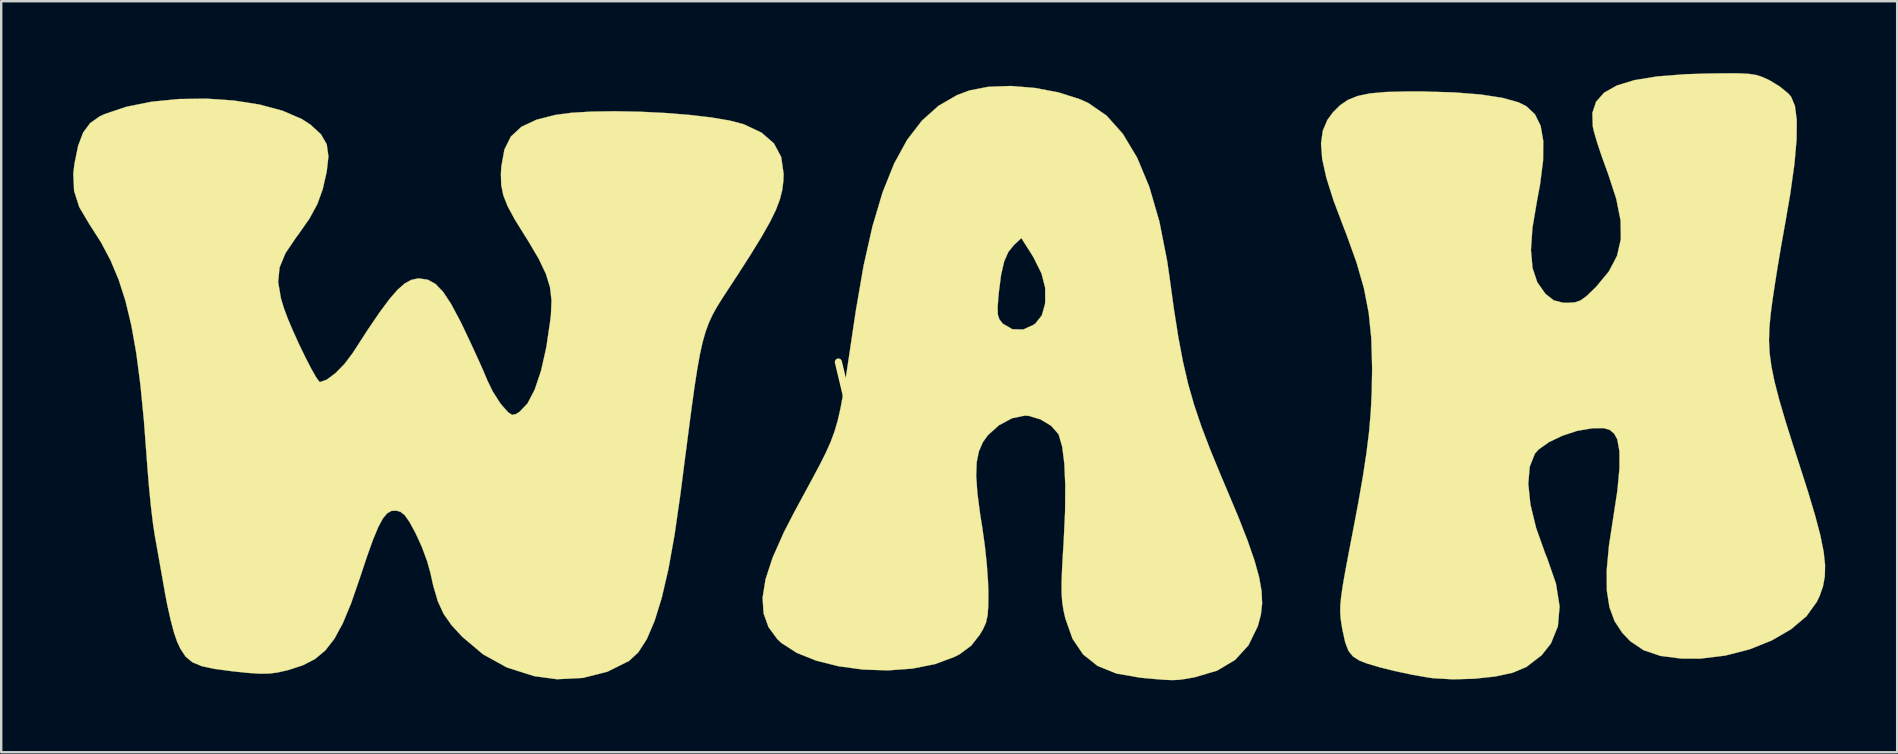
<source format=kicad_pcb>
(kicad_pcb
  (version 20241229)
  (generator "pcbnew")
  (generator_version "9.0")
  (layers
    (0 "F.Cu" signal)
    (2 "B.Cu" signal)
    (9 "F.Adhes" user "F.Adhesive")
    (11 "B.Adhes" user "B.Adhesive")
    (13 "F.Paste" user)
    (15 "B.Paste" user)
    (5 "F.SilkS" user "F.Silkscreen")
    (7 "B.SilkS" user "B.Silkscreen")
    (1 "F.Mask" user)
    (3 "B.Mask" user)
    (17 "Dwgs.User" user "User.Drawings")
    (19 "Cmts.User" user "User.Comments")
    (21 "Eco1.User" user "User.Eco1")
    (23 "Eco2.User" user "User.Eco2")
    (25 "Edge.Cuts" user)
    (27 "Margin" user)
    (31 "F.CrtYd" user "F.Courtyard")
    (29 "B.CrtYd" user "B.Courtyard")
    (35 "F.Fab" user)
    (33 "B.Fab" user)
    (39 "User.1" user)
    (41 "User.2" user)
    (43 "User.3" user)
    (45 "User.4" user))
  (footprint "WahLogo"
    (layer "F.Cu")
    (at 36.605 12.872)
    (property "Reference" "WahLogo" (at 0 0 0) (layer "F.SilkS") (effects (font (size 1.524 1.524) (thickness 0.3))))
    (attr through_hole)
    (fp_poly (pts (xy 3.476 -12.257) (xy 4.458 -12.071) (xy 5.345 -11.788) (xy 5.7 -11.628) (xy 6.461 -11.103) (xy 7.139 -10.342) (xy 7.734 -9.35) (xy 8.241 -8.135) (xy 8.658 -6.701) (xy 8.983 -5.054) (xy 9.081 -4.381) (xy 9.268 -3.024) (xy 9.451 -1.866) (xy 9.642 -0.853) (xy 9.856 0.071) (xy 10.11 0.958) (xy 10.415 1.863) (xy 10.789 2.84) (xy 11.244 3.945) (xy 11.445 4.417) (xy 11.945 5.608) (xy 12.335 6.603) (xy 12.623 7.433) (xy 12.816 8.127) (xy 12.919 8.715) (xy 12.942 9.229) (xy 12.889 9.697) (xy 12.769 10.15) (xy 12.76 10.176) (xy 12.374 10.967) (xy 11.813 11.581) (xy 11.069 12.024) (xy 10.134 12.301) (xy 10.101 12.307) (xy 9.751 12.37) (xy 9.476 12.408) (xy 9.208 12.42) (xy 8.881 12.408) (xy 8.429 12.372) (xy 7.847 12.317) (xy 6.866 12.145) (xy 6.083 11.828) (xy 5.481 11.35) (xy 5.04 10.697) (xy 4.742 9.854) (xy 4.741 9.85) (xy 4.663 9.505) (xy 4.612 9.176) (xy 4.586 8.814) (xy 4.584 8.368) (xy 4.605 7.788) (xy 4.648 7.023) (xy 4.67 6.676) (xy 4.73 5.402) (xy 4.739 4.299) (xy 4.698 3.386) (xy 4.608 2.683) (xy 4.469 2.208) (xy 4.444 2.156) (xy 4.149 1.823) (xy 3.705 1.555) (xy 3.217 1.409) (xy 3.059 1.397) (xy 2.523 1.506) (xy 1.979 1.796) (xy 1.514 2.213) (xy 1.3 2.513) (xy 1.138 2.889) (xy 1.047 3.339) (xy 1.025 3.902) (xy 1.074 4.614) (xy 1.192 5.515) (xy 1.275 6.032) (xy 1.381 6.779) (xy 1.467 7.581) (xy 1.52 8.325) (xy 1.534 8.749) (xy 1.53 9.328) (xy 1.501 9.729) (xy 1.433 10.028) (xy 1.31 10.3) (xy 1.177 10.526) (xy 0.817 10.986) (xy 0.344 11.335) (xy 0.122 11.452) (xy -0.695 11.755) (xy -1.636 11.941) (xy -2.65 12.015) (xy -3.689 11.981) (xy -4.703 11.844) (xy -5.641 11.61) (xy -6.455 11.284) (xy -7.095 10.87) (xy -7.263 10.711) (xy -7.629 10.212) (xy -7.834 9.643) (xy -7.876 8.984) (xy -7.752 8.216) (xy -7.459 7.318) (xy -6.994 6.271) (xy -6.58 5.466) (xy -6.135 4.642) (xy -5.769 3.967) (xy -5.471 3.405) (xy -5.23 2.922) (xy -5.036 2.485) (xy -4.878 2.058) (xy -4.746 1.608) (xy -4.63 1.1) (xy -4.518 0.5) (xy -4.401 -0.226) (xy -4.267 -1.112) (xy -4.107 -2.193) (xy -3.99 -2.974) (xy -3.965 -3.119) (xy 1.919 -3.119) (xy 1.927 -2.813) (xy 1.993 -2.613) (xy 2.127 -2.445) (xy 2.142 -2.43) (xy 2.532 -2.203) (xy 2.985 -2.191) (xy 3.428 -2.393) (xy 3.498 -2.449) (xy 3.76 -2.779) (xy 3.891 -3.242) (xy 3.901 -3.323) (xy 3.901 -3.929) (xy 3.747 -4.528) (xy 3.416 -5.192) (xy 3.292 -5.394) (xy 2.907 -6) (xy 2.595 -5.707) (xy 2.363 -5.418) (xy 2.19 -5.021) (xy 2.063 -4.469) (xy 1.966 -3.716) (xy 1.956 -3.604) (xy 1.919 -3.119) (xy -3.965 -3.119) (xy -3.666 -4.854) (xy -3.296 -6.494) (xy -2.875 -7.907) (xy -2.395 -9.104) (xy -1.851 -10.096) (xy -1.237 -10.894) (xy -0.547 -11.511) (xy 0.224 -11.958) (xy 0.747 -12.154) (xy 1.542 -12.307) (xy 2.479 -12.339) (xy 3.476 -12.257)) (stroke (width 0.01) (type solid)) (fill yes) (layer "F.SilkS"))
    (fp_poly (pts (xy 32.818 -12.865) (xy 33.213 -12.845) (xy 33.506 -12.802) (xy 33.747 -12.73) (xy 33.988 -12.624) (xy 34.093 -12.572) (xy 34.504 -12.323) (xy 34.854 -12.039) (xy 34.982 -11.897) (xy 35.144 -11.514) (xy 35.222 -10.924) (xy 35.215 -10.118) (xy 35.125 -9.092) (xy 34.95 -7.838) (xy 34.737 -6.604) (xy 34.581 -5.732) (xy 34.431 -4.842) (xy 34.298 -4.004) (xy 34.192 -3.287) (xy 34.132 -2.817) (xy 34.08 -2.259) (xy 34.064 -1.736) (xy 34.09 -1.21) (xy 34.166 -0.646) (xy 34.297 -0.008) (xy 34.491 0.742) (xy 34.755 1.639) (xy 35.095 2.719) (xy 35.305 3.365) (xy 35.69 4.569) (xy 35.988 5.566) (xy 36.204 6.386) (xy 36.34 7.061) (xy 36.401 7.621) (xy 36.391 8.096) (xy 36.314 8.517) (xy 36.174 8.914) (xy 36.06 9.156) (xy 35.624 9.76) (xy 34.98 10.304) (xy 34.172 10.771) (xy 33.242 11.142) (xy 32.233 11.4) (xy 31.189 11.526) (xy 30.41 11.523) (xy 29.539 11.411) (xy 28.849 11.179) (xy 28.288 10.803) (xy 27.949 10.449) (xy 27.629 9.962) (xy 27.416 9.385) (xy 27.307 8.691) (xy 27.301 7.848) (xy 27.394 6.826) (xy 27.564 5.715) (xy 27.744 4.541) (xy 27.833 3.599) (xy 27.832 2.882) (xy 27.742 2.384) (xy 27.61 2.145) (xy 27.423 1.989) (xy 27.18 1.921) (xy 26.794 1.922) (xy 26.67 1.931) (xy 26.072 2.033) (xy 25.455 2.235) (xy 24.896 2.503) (xy 24.469 2.804) (xy 24.306 2.988) (xy 24.093 3.527) (xy 24.033 4.239) (xy 24.122 5.097) (xy 24.358 6.072) (xy 24.737 7.138) (xy 24.815 7.326) (xy 25.187 8.397) (xy 25.338 9.345) (xy 25.268 10.176) (xy 24.977 10.894) (xy 24.59 11.384) (xy 23.954 11.873) (xy 23.371 12.116) (xy 22.654 12.269) (xy 21.796 12.362) (xy 20.902 12.388) (xy 20.079 12.342) (xy 19.875 12.315) (xy 19.173 12.192) (xy 18.463 12.041) (xy 17.812 11.878) (xy 17.288 11.72) (xy 16.99 11.602) (xy 16.726 11.433) (xy 16.541 11.203) (xy 16.405 10.853) (xy 16.289 10.324) (xy 16.259 10.151) (xy 16.217 9.873) (xy 16.196 9.606) (xy 16.2 9.312) (xy 16.234 8.95) (xy 16.302 8.483) (xy 16.409 7.871) (xy 16.559 7.075) (xy 16.687 6.413) (xy 16.94 5.079) (xy 17.139 3.943) (xy 17.289 2.958) (xy 17.398 2.077) (xy 17.469 1.25) (xy 17.509 0.43) (xy 17.524 -0.431) (xy 17.524 -0.662) (xy 17.491 -1.83) (xy 17.382 -2.889) (xy 17.183 -3.914) (xy 16.877 -4.981) (xy 16.45 -6.168) (xy 16.343 -6.439) (xy 15.916 -7.571) (xy 15.618 -8.513) (xy 15.445 -9.291) (xy 15.396 -9.934) (xy 15.468 -10.468) (xy 15.658 -10.92) (xy 15.89 -11.237) (xy 16.191 -11.537) (xy 16.524 -11.763) (xy 16.927 -11.924) (xy 17.441 -12.03) (xy 18.105 -12.089) (xy 18.956 -12.111) (xy 19.622 -12.11) (xy 20.942 -12.072) (xy 22.057 -11.983) (xy 22.953 -11.845) (xy 23.62 -11.66) (xy 23.954 -11.496) (xy 24.313 -11.156) (xy 24.548 -10.679) (xy 24.659 -10.045) (xy 24.651 -9.234) (xy 24.523 -8.228) (xy 24.394 -7.537) (xy 24.206 -6.42) (xy 24.144 -5.502) (xy 24.21 -4.757) (xy 24.407 -4.162) (xy 24.737 -3.692) (xy 24.767 -3.661) (xy 25.096 -3.406) (xy 25.472 -3.309) (xy 25.669 -3.302) (xy 25.968 -3.32) (xy 26.21 -3.402) (xy 26.466 -3.587) (xy 26.805 -3.915) (xy 26.879 -3.991) (xy 27.393 -4.614) (xy 27.73 -5.256) (xy 27.89 -5.952) (xy 27.879 -6.736) (xy 27.698 -7.642) (xy 27.35 -8.706) (xy 27.306 -8.824) (xy 27.089 -9.42) (xy 26.903 -9.983) (xy 26.769 -10.44) (xy 26.72 -10.662) (xy 26.704 -11.216) (xy 26.858 -11.68) (xy 27.193 -12.059) (xy 27.721 -12.358) (xy 28.453 -12.582) (xy 29.402 -12.737) (xy 30.58 -12.829) (xy 31.52 -12.858) (xy 32.27 -12.867) (xy 32.818 -12.865)) (stroke (width 0.01) (type solid)) (fill yes) (layer "F.SilkS"))
    (fp_poly (pts (xy -29.908 -11.733) (xy -28.833 -11.564) (xy -27.874 -11.306) (xy -27.079 -10.962) (xy -26.72 -10.73) (xy -26.282 -10.329) (xy -26.039 -9.91) (xy -25.968 -9.404) (xy -26.038 -8.779) (xy -26.204 -8.044) (xy -26.429 -7.42) (xy -26.756 -6.817) (xy -27.225 -6.147) (xy -27.308 -6.038) (xy -27.757 -5.375) (xy -28.004 -4.777) (xy -28.064 -4.171) (xy -27.947 -3.484) (xy -27.819 -3.064) (xy -27.656 -2.63) (xy -27.437 -2.114) (xy -27.187 -1.564) (xy -26.928 -1.03) (xy -26.687 -0.562) (xy -26.486 -0.208) (xy -26.35 -0.019) (xy -26.319 -0.000475) (xy -26.036 -0.102) (xy -25.677 -0.37) (xy -25.299 -0.755) (xy -24.958 -1.207) (xy -24.941 -1.234) (xy -24.34 -2.164) (xy -23.844 -2.894) (xy -23.434 -3.447) (xy -23.09 -3.844) (xy -22.793 -4.106) (xy -22.522 -4.256) (xy -22.26 -4.314) (xy -22.174 -4.318) (xy -21.825 -4.264) (xy -21.505 -4.088) (xy -21.19 -3.761) (xy -20.856 -3.255) (xy -20.477 -2.544) (xy -20.337 -2.257) (xy -20.036 -1.619) (xy -19.753 -1.005) (xy -19.518 -0.48) (xy -19.362 -0.111) (xy -19.352 -0.085) (xy -19.122 0.39) (xy -18.828 0.852) (xy -18.719 0.99) (xy -18.475 1.263) (xy -18.313 1.368) (xy -18.155 1.333) (xy -18.007 1.242) (xy -17.674 0.893) (xy -17.371 0.312) (xy -17.107 -0.476) (xy -16.888 -1.45) (xy -16.721 -2.588) (xy -16.696 -2.815) (xy -16.671 -3.403) (xy -16.734 -3.949) (xy -16.905 -4.506) (xy -17.202 -5.131) (xy -17.642 -5.878) (xy -17.781 -6.097) (xy -18.207 -6.784) (xy -18.5 -7.326) (xy -18.68 -7.782) (xy -18.767 -8.211) (xy -18.781 -8.671) (xy -18.762 -8.987) (xy -18.636 -9.688) (xy -18.367 -10.23) (xy -17.93 -10.636) (xy -17.296 -10.933) (xy -16.521 -11.132) (xy -15.846 -11.222) (xy -14.999 -11.272) (xy -14.031 -11.286) (xy -12.996 -11.267) (xy -11.947 -11.215) (xy -10.938 -11.135) (xy -10.021 -11.029) (xy -9.249 -10.899) (xy -8.675 -10.749) (xy -8.659 -10.743) (xy -7.916 -10.392) (xy -7.401 -9.944) (xy -7.1 -9.379) (xy -6.999 -8.677) (xy -7.009 -8.386) (xy -7.057 -8) (xy -7.156 -7.608) (xy -7.321 -7.175) (xy -7.569 -6.669) (xy -7.916 -6.057) (xy -8.377 -5.306) (xy -8.97 -4.383) (xy -9.003 -4.334) (xy -9.306 -3.872) (xy -9.563 -3.479) (xy -9.78 -3.129) (xy -9.963 -2.798) (xy -10.119 -2.46) (xy -10.254 -2.091) (xy -10.375 -1.665) (xy -10.487 -1.159) (xy -10.597 -0.546) (xy -10.712 0.198) (xy -10.837 1.099) (xy -10.979 2.18) (xy -11.146 3.468) (xy -11.304 4.699) (xy -11.544 6.368) (xy -11.8 7.793) (xy -12.076 8.985) (xy -12.375 9.953) (xy -12.699 10.709) (xy -13.053 11.261) (xy -13.438 11.619) (xy -14.344 12.071) (xy -15.365 12.329) (xy -16.445 12.383) (xy -17.392 12.256) (xy -18.531 11.894) (xy -19.526 11.345) (xy -20.394 10.613) (xy -20.843 10.125) (xy -21.17 9.656) (xy -21.411 9.131) (xy -21.603 8.476) (xy -21.718 7.954) (xy -21.857 7.457) (xy -22.076 6.867) (xy -22.33 6.31) (xy -22.334 6.303) (xy -22.589 5.832) (xy -22.787 5.548) (xy -22.968 5.405) (xy -23.144 5.358) (xy -23.341 5.369) (xy -23.522 5.47) (xy -23.701 5.686) (xy -23.893 6.044) (xy -24.11 6.569) (xy -24.368 7.288) (xy -24.661 8.171) (xy -25.025 9.223) (xy -25.37 10.055) (xy -25.72 10.698) (xy -26.098 11.184) (xy -26.53 11.543) (xy -27.04 11.805) (xy -27.652 12.003) (xy -27.683 12.011) (xy -28.075 12.1) (xy -28.431 12.147) (xy -28.824 12.153) (xy -29.329 12.119) (xy -29.94 12.056) (xy -30.696 11.957) (xy -31.245 11.84) (xy -31.636 11.677) (xy -31.917 11.445) (xy -32.135 11.117) (xy -32.277 10.813) (xy -32.403 10.444) (xy -32.546 9.905) (xy -32.686 9.279) (xy -32.771 8.832) (xy -32.896 8.122) (xy -33.03 7.37) (xy -33.151 6.69) (xy -33.205 6.386) (xy -33.282 5.876) (xy -33.364 5.191) (xy -33.442 4.408) (xy -33.509 3.605) (xy -33.528 3.338) (xy -33.658 1.601) (xy -33.807 0.089) (xy -33.979 -1.225) (xy -34.183 -2.37) (xy -34.424 -3.374) (xy -34.71 -4.265) (xy -35.048 -5.071) (xy -35.444 -5.821) (xy -35.906 -6.542) (xy -35.932 -6.58) (xy -36.352 -7.292) (xy -36.568 -7.967) (xy -36.6 -8.688) (xy -36.553 -9.092) (xy -36.399 -9.847) (xy -36.191 -10.397) (xy -35.9 -10.79) (xy -35.499 -11.073) (xy -35.313 -11.161) (xy -34.389 -11.473) (xy -33.339 -11.683) (xy -32.209 -11.795) (xy -31.049 -11.811) (xy -29.908 -11.733)) (stroke (width 0.01) (type solid)) (fill yes) (layer "F.SilkS")))
  (gr_rect
    (start -3 -3)
    (end 76.011 28.298)
    (stroke (width 0.1) (type default))
    (fill no)
    (layer "Edge.Cuts")))
</source>
